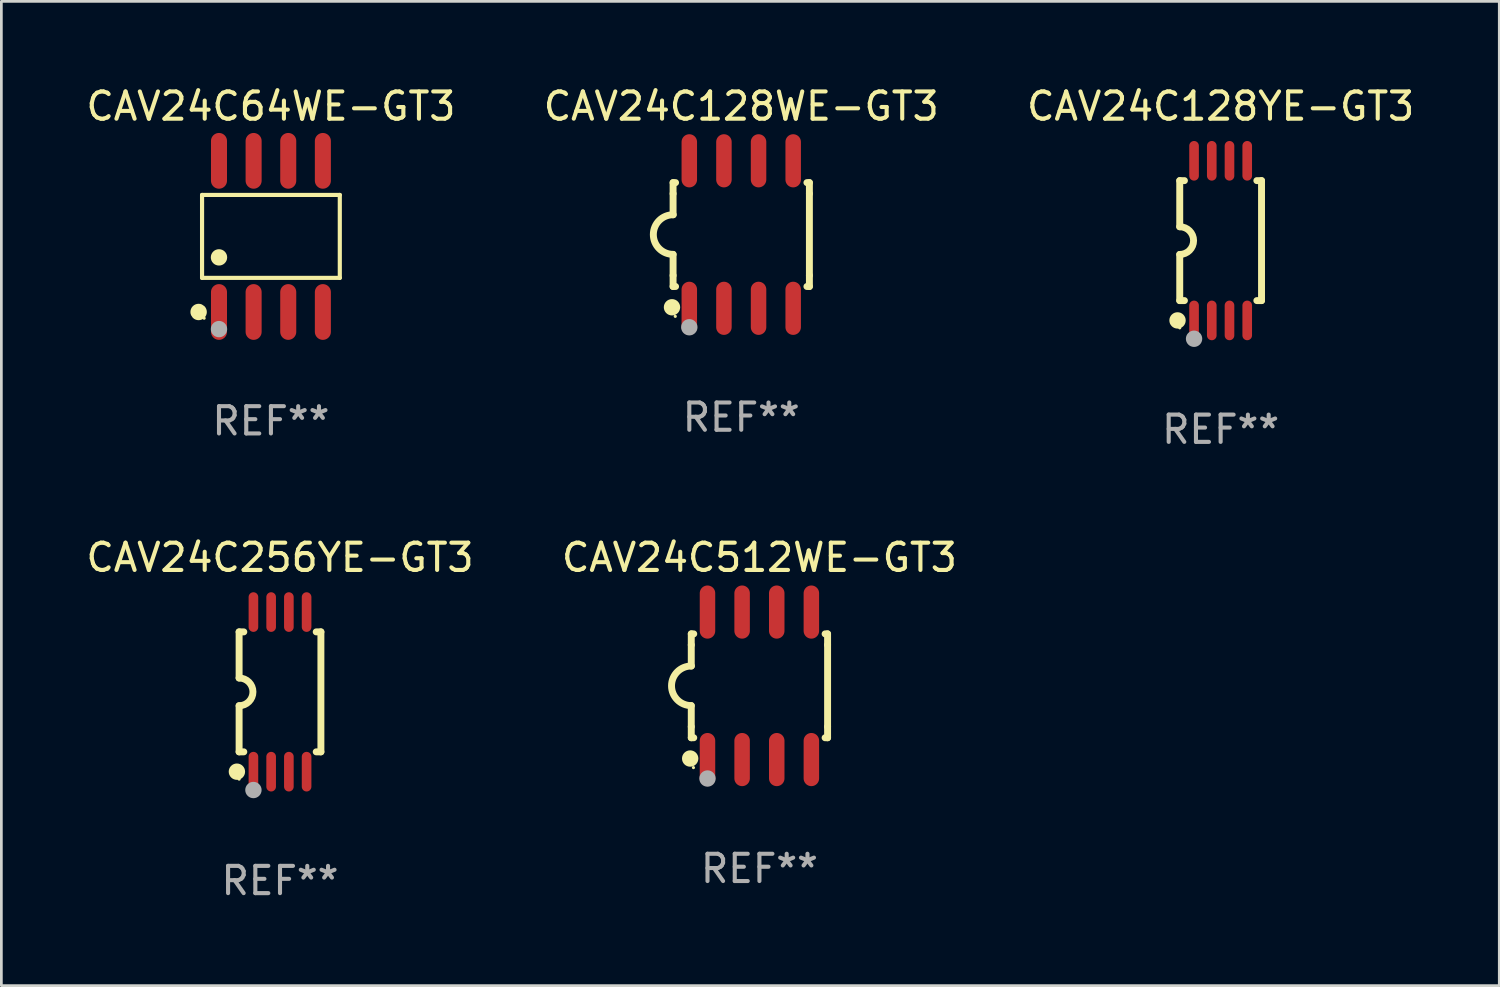
<source format=kicad_pcb>
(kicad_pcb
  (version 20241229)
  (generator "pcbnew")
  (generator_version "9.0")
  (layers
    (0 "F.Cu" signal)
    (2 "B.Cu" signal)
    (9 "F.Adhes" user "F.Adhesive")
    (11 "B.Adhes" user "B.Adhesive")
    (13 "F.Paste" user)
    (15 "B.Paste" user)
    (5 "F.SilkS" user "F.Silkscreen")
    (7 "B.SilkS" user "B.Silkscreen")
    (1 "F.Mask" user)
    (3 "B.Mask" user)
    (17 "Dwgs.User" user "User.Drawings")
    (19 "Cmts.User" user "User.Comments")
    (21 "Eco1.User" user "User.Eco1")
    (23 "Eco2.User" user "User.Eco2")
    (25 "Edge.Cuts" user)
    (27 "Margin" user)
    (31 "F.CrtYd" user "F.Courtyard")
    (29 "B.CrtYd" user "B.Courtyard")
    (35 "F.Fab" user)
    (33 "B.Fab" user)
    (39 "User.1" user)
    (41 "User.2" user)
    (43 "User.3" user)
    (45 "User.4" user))
  (footprint "CAV24C256YE-GT3"
    (layer "F.Cu")
    (at 7.22 22.326)
    (property "Reference" "CAV24C256YE-GT3" (at 0 -4.927 0) (layer "F.SilkS") (effects (font (size 1 1) (thickness 0.15))))
    (attr through_hole)
    (fp_line (start -1.5 -2.2) (end -1.5 -0.508) (stroke (width 0.254) (type solid)) (layer "F.SilkS"))
    (fp_line (start -1.5 -2.2) (end -1.328 -2.2) (stroke (width 0.254) (type solid)) (layer "F.SilkS"))
    (fp_line (start -1.5 2.2) (end -1.5 0.508) (stroke (width 0.254) (type solid)) (layer "F.SilkS"))
    (fp_line (start -1.5 2.2) (end -1.328 2.2) (stroke (width 0.254) (type solid)) (layer "F.SilkS"))
    (fp_line (start 1.328 -2.2) (end 1.5 -2.2) (stroke (width 0.254) (type solid)) (layer "F.SilkS"))
    (fp_line (start 1.328 2.2) (end 1.5 2.2) (stroke (width 0.254) (type solid)) (layer "F.SilkS"))
    (fp_line (start 1.5 -2.2) (end 1.5 2.2) (stroke (width 0.254) (type solid)) (layer "F.SilkS"))
    (fp_arc (start -1.501144 -0.508) (mid -0.993143 -0.000571) (end -1.5 0.508001) (stroke (width 0.254001) (type solid)) (layer "F.SilkS"))
    (fp_circle (center -1.581 2.927) (end -1.431 2.927) (stroke (width 0.3) (type solid)) (fill no) (layer "F.SilkS"))
    (fp_circle (center -1.5 3.2) (end -1.47 3.2) (stroke (width 0.06) (type solid)) (fill no) (layer "F.SilkS"))
    (fp_circle (center -0.975 3.6) (end -0.825 3.6) (stroke (width 0.3) (type solid)) (fill no) (layer "F.Fab"))
    (fp_text user "REF**" (at 0 6.927 0) (layer "F.Fab") (effects (font (size 1 1) (thickness 0.15))))
    (pad "1" smd oval (at -0.975 2.927) (size 0.353 1.454) (layers "F.Cu" "F.Mask" "F.Paste"))
    (pad "2" smd oval (at -0.325 2.927) (size 0.353 1.454) (layers "F.Cu" "F.Mask" "F.Paste"))
    (pad "3" smd oval (at 0.325 2.927) (size 0.353 1.454) (layers "F.Cu" "F.Mask" "F.Paste"))
    (pad "4" smd oval (at 0.975 2.927) (size 0.353 1.454) (layers "F.Cu" "F.Mask" "F.Paste"))
    (pad "5" smd oval (at 0.975 -2.927) (size 0.353 1.454) (layers "F.Cu" "F.Mask" "F.Paste"))
    (pad "6" smd oval (at 0.325 -2.927) (size 0.353 1.454) (layers "F.Cu" "F.Mask" "F.Paste"))
    (pad "7" smd oval (at -0.325 -2.927) (size 0.353 1.454) (layers "F.Cu" "F.Mask" "F.Paste"))
    (pad "8" smd oval (at -0.975 -2.927) (size 0.353 1.454) (layers "F.Cu" "F.Mask" "F.Paste")))
  (footprint "CAV24C128YE-GT3"
    (layer "F.Cu")
    (at 41.72 5.775)
    (property "Reference" "CAV24C128YE-GT3" (at 0 -4.927 0) (layer "F.SilkS") (effects (font (size 1 1) (thickness 0.15))))
    (attr through_hole)
    (fp_line (start -1.5 -2.2) (end -1.5 -0.508) (stroke (width 0.254) (type solid)) (layer "F.SilkS"))
    (fp_line (start -1.5 -2.2) (end -1.328 -2.2) (stroke (width 0.254) (type solid)) (layer "F.SilkS"))
    (fp_line (start -1.5 2.2) (end -1.5 0.508) (stroke (width 0.254) (type solid)) (layer "F.SilkS"))
    (fp_line (start -1.5 2.2) (end -1.328 2.2) (stroke (width 0.254) (type solid)) (layer "F.SilkS"))
    (fp_line (start 1.328 -2.2) (end 1.5 -2.2) (stroke (width 0.254) (type solid)) (layer "F.SilkS"))
    (fp_line (start 1.328 2.2) (end 1.5 2.2) (stroke (width 0.254) (type solid)) (layer "F.SilkS"))
    (fp_line (start 1.5 -2.2) (end 1.5 2.2) (stroke (width 0.254) (type solid)) (layer "F.SilkS"))
    (fp_arc (start -1.501144 -0.508) (mid -0.993143 -0.000571) (end -1.5 0.508001) (stroke (width 0.254001) (type solid)) (layer "F.SilkS"))
    (fp_circle (center -1.581 2.927) (end -1.431 2.927) (stroke (width 0.3) (type solid)) (fill no) (layer "F.SilkS"))
    (fp_circle (center -1.5 3.2) (end -1.47 3.2) (stroke (width 0.06) (type solid)) (fill no) (layer "F.SilkS"))
    (fp_circle (center -0.975 3.6) (end -0.825 3.6) (stroke (width 0.3) (type solid)) (fill no) (layer "F.Fab"))
    (fp_text user "REF**" (at 0 6.927 0) (layer "F.Fab") (effects (font (size 1 1) (thickness 0.15))))
    (pad "1" smd oval (at -0.975 2.927) (size 0.353 1.454) (layers "F.Cu" "F.Mask" "F.Paste"))
    (pad "2" smd oval (at -0.325 2.927) (size 0.353 1.454) (layers "F.Cu" "F.Mask" "F.Paste"))
    (pad "3" smd oval (at 0.325 2.927) (size 0.353 1.454) (layers "F.Cu" "F.Mask" "F.Paste"))
    (pad "4" smd oval (at 0.975 2.927) (size 0.353 1.454) (layers "F.Cu" "F.Mask" "F.Paste"))
    (pad "5" smd oval (at 0.975 -2.927) (size 0.353 1.454) (layers "F.Cu" "F.Mask" "F.Paste"))
    (pad "6" smd oval (at 0.325 -2.927) (size 0.353 1.454) (layers "F.Cu" "F.Mask" "F.Paste"))
    (pad "7" smd oval (at -0.325 -2.927) (size 0.353 1.454) (layers "F.Cu" "F.Mask" "F.Paste"))
    (pad "8" smd oval (at -0.975 -2.927) (size 0.353 1.454) (layers "F.Cu" "F.Mask" "F.Paste")))
  (footprint "CAV24C64WE-GT3"
    (layer "F.Cu")
    (at 6.887 5.621)
    (property "Reference" "CAV24C64WE-GT3" (at 0 -4.772 0) (layer "F.SilkS") (effects (font (size 1 1) (thickness 0.15))))
    (attr through_hole)
    (fp_line (start -2.526 -1.521) (end 2.526 -1.521) (stroke (width 0.152) (type solid)) (layer "F.SilkS"))
    (fp_line (start -2.526 1.521) (end -2.526 -1.521) (stroke (width 0.152) (type solid)) (layer "F.SilkS"))
    (fp_line (start 2.526 -1.521) (end 2.526 1.521) (stroke (width 0.152) (type solid)) (layer "F.SilkS"))
    (fp_line (start 2.526 1.521) (end -2.526 1.521) (stroke (width 0.152) (type solid)) (layer "F.SilkS"))
    (fp_circle (center -2.652 2.772) (end -2.501 2.772) (stroke (width 0.3) (type solid)) (fill no) (layer "F.SilkS"))
    (fp_circle (center -2.45 3) (end -2.42 3) (stroke (width 0.06) (type solid)) (fill no) (layer "F.SilkS"))
    (fp_circle (center -1.905 0.769) (end -1.755 0.769) (stroke (width 0.3) (type solid)) (fill no) (layer "F.SilkS"))
    (fp_circle (center -1.905 3.4) (end -1.755 3.4) (stroke (width 0.3) (type solid)) (fill no) (layer "F.Fab"))
    (fp_text user "REF**" (at 0 6.772 0) (layer "F.Fab") (effects (font (size 1 1) (thickness 0.15))))
    (pad "1" smd oval (at -1.905 2.772) (size 0.588 2.045) (layers "F.Cu" "F.Mask" "F.Paste"))
    (pad "2" smd oval (at -0.635 2.772) (size 0.588 2.045) (layers "F.Cu" "F.Mask" "F.Paste"))
    (pad "3" smd oval (at 0.635 2.772) (size 0.588 2.045) (layers "F.Cu" "F.Mask" "F.Paste"))
    (pad "4" smd oval (at 1.905 2.772) (size 0.588 2.045) (layers "F.Cu" "F.Mask" "F.Paste"))
    (pad "5" smd oval (at 1.905 -2.772) (size 0.588 2.045) (layers "F.Cu" "F.Mask" "F.Paste"))
    (pad "6" smd oval (at 0.635 -2.772) (size 0.588 2.045) (layers "F.Cu" "F.Mask" "F.Paste"))
    (pad "7" smd oval (at -0.635 -2.772) (size 0.588 2.045) (layers "F.Cu" "F.Mask" "F.Paste"))
    (pad "8" smd oval (at -1.905 -2.772) (size 0.588 2.045) (layers "F.Cu" "F.Mask" "F.Paste")))
  (footprint "CAV24C512WE-GT3"
    (layer "F.Cu")
    (at 24.804 22.104)
    (property "Reference" "CAV24C512WE-GT3" (at 0 -4.705 0) (layer "F.SilkS") (effects (font (size 1 1) (thickness 0.15))))
    (attr through_hole)
    (fp_line (start -2.5 -1.905) (end -2.409 -1.905) (stroke (width 0.254) (type solid)) (layer "F.SilkS"))
    (fp_line (start -2.5 -1.5) (end -2.5 -1.905) (stroke (width 0.254) (type solid)) (layer "F.SilkS"))
    (fp_line (start -2.5 -1.5) (end -2.5 -0.726) (stroke (width 0.254) (type solid)) (layer "F.SilkS"))
    (fp_line (start -2.5 1.5) (end -2.5 0.727) (stroke (width 0.254) (type solid)) (layer "F.SilkS"))
    (fp_line (start -2.5 1.5) (end -2.5 1.905) (stroke (width 0.254) (type solid)) (layer "F.SilkS"))
    (fp_line (start -2.5 1.905) (end -2.409 1.905) (stroke (width 0.254) (type solid)) (layer "F.SilkS"))
    (fp_line (start 2.5 -1.905) (end 2.409 -1.905) (stroke (width 0.254) (type solid)) (layer "F.SilkS"))
    (fp_line (start 2.5 -1.5) (end 2.5 -1.905) (stroke (width 0.254) (type solid)) (layer "F.SilkS"))
    (fp_line (start 2.5 -1.5) (end 2.5 1.5) (stroke (width 0.254) (type solid)) (layer "F.SilkS"))
    (fp_line (start 2.5 1.5) (end 2.5 1.905) (stroke (width 0.254) (type solid)) (layer "F.SilkS"))
    (fp_line (start 2.5 1.905) (end 2.409 1.905) (stroke (width 0.254) (type solid)) (layer "F.SilkS"))
    (fp_arc (start -2.5 0.726568) (mid -3.220316 -0.0023) (end -2.495097 -0.726289) (stroke (width 0.254001) (type solid)) (layer "F.SilkS"))
    (fp_circle (center -2.54 2.667) (end -2.39 2.667) (stroke (width 0.3) (type solid)) (fill no) (layer "F.SilkS"))
    (fp_circle (center -2.42 3) (end -2.39 3) (stroke (width 0.06) (type solid)) (fill no) (layer "F.SilkS"))
    (fp_circle (center -1.905 3.4) (end -1.755 3.4) (stroke (width 0.3) (type solid)) (fill no) (layer "F.Fab"))
    (fp_text user "REF**" (at 0 6.705 0) (layer "F.Fab") (effects (font (size 1 1) (thickness 0.15))))
    (pad "1" smd oval (at -1.905 2.705) (size 0.568 1.95) (layers "F.Cu" "F.Mask" "F.Paste"))
    (pad "2" smd oval (at -0.635 2.705) (size 0.568 1.95) (layers "F.Cu" "F.Mask" "F.Paste"))
    (pad "3" smd oval (at 0.635 2.705) (size 0.568 1.95) (layers "F.Cu" "F.Mask" "F.Paste"))
    (pad "4" smd oval (at 1.905 2.705) (size 0.568 1.95) (layers "F.Cu" "F.Mask" "F.Paste"))
    (pad "5" smd oval (at 1.905 -2.705) (size 0.568 1.95) (layers "F.Cu" "F.Mask" "F.Paste"))
    (pad "6" smd oval (at 0.635 -2.705) (size 0.568 1.95) (layers "F.Cu" "F.Mask" "F.Paste"))
    (pad "7" smd oval (at -0.635 -2.705) (size 0.568 1.95) (layers "F.Cu" "F.Mask" "F.Paste"))
    (pad "8" smd oval (at -1.905 -2.705) (size 0.568 1.95) (layers "F.Cu" "F.Mask" "F.Paste")))
  (footprint "CAV24C128WE-GT3"
    (layer "F.Cu")
    (at 24.137 5.553)
    (property "Reference" "CAV24C128WE-GT3" (at 0 -4.705 0) (layer "F.SilkS") (effects (font (size 1 1) (thickness 0.15))))
    (attr through_hole)
    (fp_line (start -2.5 -1.905) (end -2.409 -1.905) (stroke (width 0.254) (type solid)) (layer "F.SilkS"))
    (fp_line (start -2.5 -1.5) (end -2.5 -1.905) (stroke (width 0.254) (type solid)) (layer "F.SilkS"))
    (fp_line (start -2.5 -1.5) (end -2.5 -0.726) (stroke (width 0.254) (type solid)) (layer "F.SilkS"))
    (fp_line (start -2.5 1.5) (end -2.5 0.727) (stroke (width 0.254) (type solid)) (layer "F.SilkS"))
    (fp_line (start -2.5 1.5) (end -2.5 1.905) (stroke (width 0.254) (type solid)) (layer "F.SilkS"))
    (fp_line (start -2.5 1.905) (end -2.409 1.905) (stroke (width 0.254) (type solid)) (layer "F.SilkS"))
    (fp_line (start 2.5 -1.905) (end 2.409 -1.905) (stroke (width 0.254) (type solid)) (layer "F.SilkS"))
    (fp_line (start 2.5 -1.5) (end 2.5 -1.905) (stroke (width 0.254) (type solid)) (layer "F.SilkS"))
    (fp_line (start 2.5 -1.5) (end 2.5 1.5) (stroke (width 0.254) (type solid)) (layer "F.SilkS"))
    (fp_line (start 2.5 1.5) (end 2.5 1.905) (stroke (width 0.254) (type solid)) (layer "F.SilkS"))
    (fp_line (start 2.5 1.905) (end 2.409 1.905) (stroke (width 0.254) (type solid)) (layer "F.SilkS"))
    (fp_arc (start -2.5 0.726568) (mid -3.220316 -0.0023) (end -2.495097 -0.726289) (stroke (width 0.254001) (type solid)) (layer "F.SilkS"))
    (fp_circle (center -2.54 2.667) (end -2.39 2.667) (stroke (width 0.3) (type solid)) (fill no) (layer "F.SilkS"))
    (fp_circle (center -2.42 3) (end -2.39 3) (stroke (width 0.06) (type solid)) (fill no) (layer "F.SilkS"))
    (fp_circle (center -1.905 3.4) (end -1.755 3.4) (stroke (width 0.3) (type solid)) (fill no) (layer "F.Fab"))
    (fp_text user "REF**" (at 0 6.705 0) (layer "F.Fab") (effects (font (size 1 1) (thickness 0.15))))
    (pad "1" smd oval (at -1.905 2.705) (size 0.568 1.95) (layers "F.Cu" "F.Mask" "F.Paste"))
    (pad "2" smd oval (at -0.635 2.705) (size 0.568 1.95) (layers "F.Cu" "F.Mask" "F.Paste"))
    (pad "3" smd oval (at 0.635 2.705) (size 0.568 1.95) (layers "F.Cu" "F.Mask" "F.Paste"))
    (pad "4" smd oval (at 1.905 2.705) (size 0.568 1.95) (layers "F.Cu" "F.Mask" "F.Paste"))
    (pad "5" smd oval (at 1.905 -2.705) (size 0.568 1.95) (layers "F.Cu" "F.Mask" "F.Paste"))
    (pad "6" smd oval (at 0.635 -2.705) (size 0.568 1.95) (layers "F.Cu" "F.Mask" "F.Paste"))
    (pad "7" smd oval (at -0.635 -2.705) (size 0.568 1.95) (layers "F.Cu" "F.Mask" "F.Paste"))
    (pad "8" smd oval (at -1.905 -2.705) (size 0.568 1.95) (layers "F.Cu" "F.Mask" "F.Paste")))
  (gr_rect
    (start -3 -3)
    (end 51.94 33.101)
    (stroke (width 0.1) (type default))
    (fill no)
    (layer "Edge.Cuts")))
</source>
